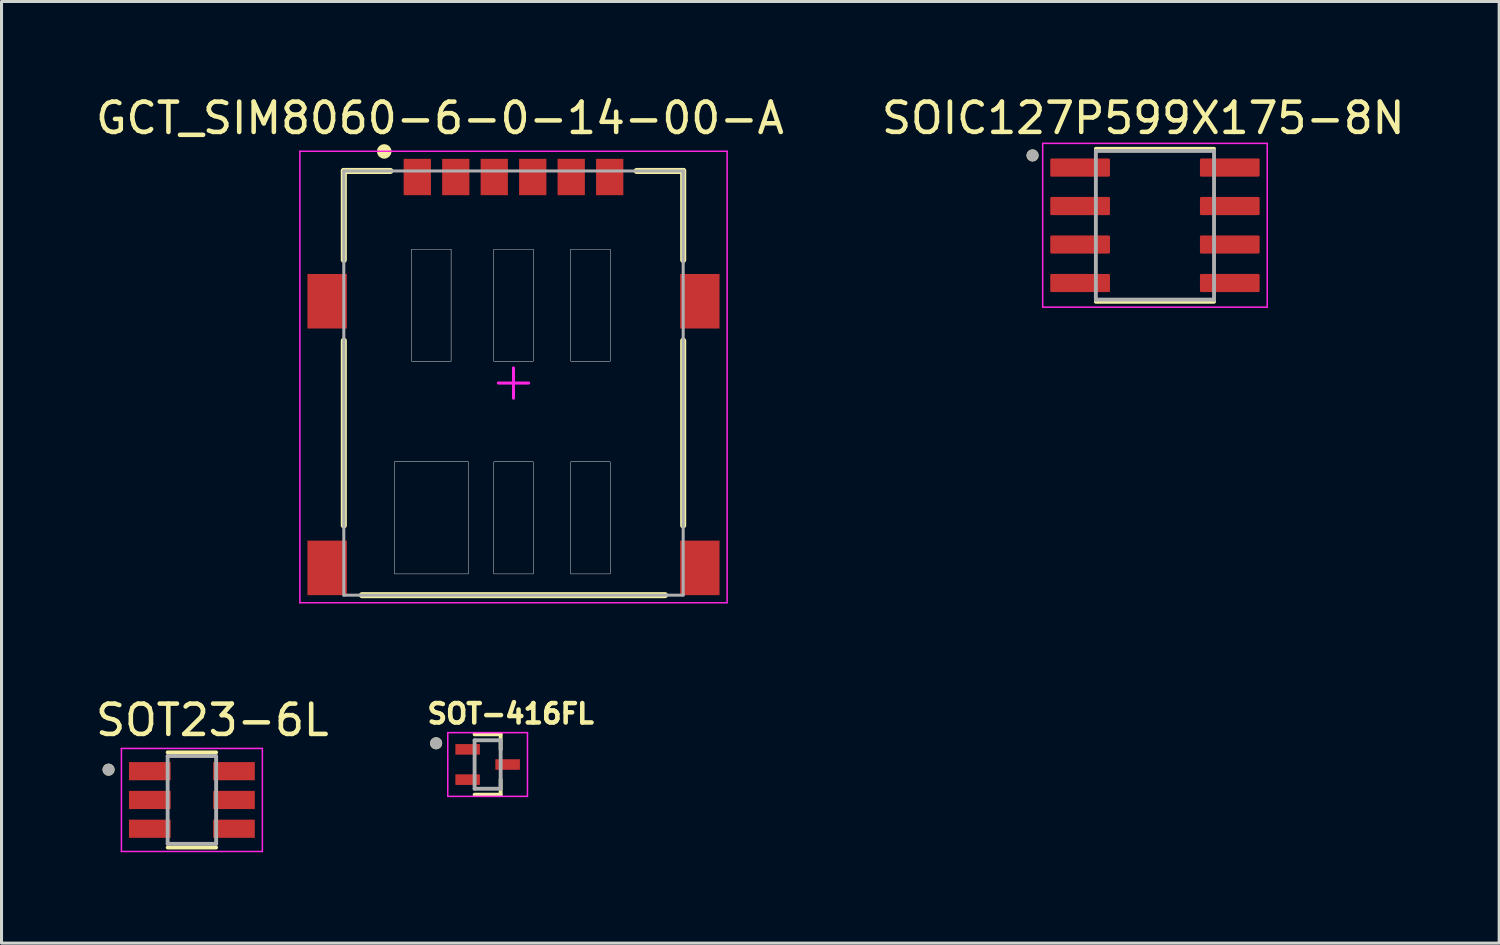
<source format=kicad_pcb>
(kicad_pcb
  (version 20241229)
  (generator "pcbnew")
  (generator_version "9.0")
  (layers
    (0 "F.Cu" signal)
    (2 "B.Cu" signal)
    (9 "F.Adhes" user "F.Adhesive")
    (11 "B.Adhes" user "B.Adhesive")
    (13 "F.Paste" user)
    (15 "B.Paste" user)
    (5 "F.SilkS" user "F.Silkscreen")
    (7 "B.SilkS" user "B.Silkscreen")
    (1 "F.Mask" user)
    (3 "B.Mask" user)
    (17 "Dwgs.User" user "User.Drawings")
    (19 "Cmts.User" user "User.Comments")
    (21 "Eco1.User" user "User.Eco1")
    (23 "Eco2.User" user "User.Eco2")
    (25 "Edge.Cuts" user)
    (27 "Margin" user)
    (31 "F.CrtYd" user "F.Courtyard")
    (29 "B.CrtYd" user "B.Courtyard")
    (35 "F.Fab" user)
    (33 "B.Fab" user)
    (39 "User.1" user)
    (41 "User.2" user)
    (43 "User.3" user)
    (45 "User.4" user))
  (footprint "SOT23-6L"
    (layer "F.Cu")
    (at 3.283 23.351)
    (property "Reference" "SOT23-6L" (at 0.675 -2.635 0) (layer "F.SilkS") (effects (font (size 1 1) (thickness 0.15))))
    (attr through_hole)
    (fp_line (start -0.8 -1.57) (end 0.8 -1.57) (stroke (width 0.127) (type solid)) (layer "F.SilkS"))
    (fp_line (start -0.8 1.57) (end 0.8 1.57) (stroke (width 0.127) (type solid)) (layer "F.SilkS"))
    (fp_circle (center -2.75 -1) (end -2.65 -1) (stroke (width 0.2) (type solid)) (fill no) (layer "F.SilkS"))
    (fp_line (start -2.326 -1.7) (end 2.326 -1.7) (stroke (width 0.05) (type solid)) (layer "F.CrtYd"))
    (fp_line (start -2.326 1.7) (end -2.326 -1.7) (stroke (width 0.05) (type solid)) (layer "F.CrtYd"))
    (fp_line (start 2.326 -1.7) (end 2.326 1.7) (stroke (width 0.05) (type solid)) (layer "F.CrtYd"))
    (fp_line (start 2.326 1.7) (end -2.326 1.7) (stroke (width 0.05) (type solid)) (layer "F.CrtYd"))
    (fp_line (start -0.8 -1.45) (end -0.8 1.45) (stroke (width 0.127) (type solid)) (layer "F.Fab"))
    (fp_line (start -0.8 1.45) (end 0.8 1.45) (stroke (width 0.127) (type solid)) (layer "F.Fab"))
    (fp_line (start 0.8 -1.45) (end -0.8 -1.45) (stroke (width 0.127) (type solid)) (layer "F.Fab"))
    (fp_line (start 0.8 1.45) (end 0.8 -1.45) (stroke (width 0.127) (type solid)) (layer "F.Fab"))
    (fp_circle (center -2.75 -1) (end -2.65 -1) (stroke (width 0.2) (type solid)) (fill no) (layer "F.Fab"))
    (pad "1" smd rect (at -1.389 -0.95) (size 1.375 0.6) (layers "F.Cu" "F.Mask" "F.Paste"))
    (pad "2" smd rect (at -1.389 0) (size 1.375 0.6) (layers "F.Cu" "F.Mask" "F.Paste"))
    (pad "3" smd rect (at -1.389 0.95) (size 1.375 0.6) (layers "F.Cu" "F.Mask" "F.Paste"))
    (pad "4" smd rect (at 1.389 0.95) (size 1.375 0.6) (layers "F.Cu" "F.Mask" "F.Paste"))
    (pad "5" smd rect (at 1.389 0) (size 1.375 0.6) (layers "F.Cu" "F.Mask" "F.Paste"))
    (pad "6" smd rect (at 1.389 -0.95) (size 1.375 0.6) (layers "F.Cu" "F.Mask" "F.Paste")))
  (footprint "SOIC127P599X175-8N"
    (layer "F.Cu")
    (at 35.067 4.385)
    (property "Reference" "SOIC127P599X175-8N" (at -0.385 -3.537 0) (layer "F.SilkS") (effects (font (size 1 1) (thickness 0.15))))
    (attr through_hole)
    (fp_line (start -1.95 -2.525) (end 1.95 -2.525) (stroke (width 0.127) (type solid)) (layer "F.SilkS"))
    (fp_line (start -1.95 2.525) (end 1.95 2.525) (stroke (width 0.127) (type solid)) (layer "F.SilkS"))
    (fp_circle (center -4.04 -2.305) (end -3.94 -2.305) (stroke (width 0.2) (type solid)) (fill no) (layer "F.SilkS"))
    (fp_line (start -3.705 -2.703) (end -3.705 2.703) (stroke (width 0.05) (type solid)) (layer "F.CrtYd"))
    (fp_line (start -3.705 -2.703) (end 3.705 -2.703) (stroke (width 0.05) (type solid)) (layer "F.CrtYd"))
    (fp_line (start -3.705 2.703) (end 3.705 2.703) (stroke (width 0.05) (type solid)) (layer "F.CrtYd"))
    (fp_line (start 3.705 -2.703) (end 3.705 2.703) (stroke (width 0.05) (type solid)) (layer "F.CrtYd"))
    (fp_line (start -1.95 -2.453) (end -1.95 2.453) (stroke (width 0.127) (type solid)) (layer "F.Fab"))
    (fp_line (start -1.95 -2.453) (end 1.95 -2.453) (stroke (width 0.127) (type solid)) (layer "F.Fab"))
    (fp_line (start -1.95 2.453) (end 1.95 2.453) (stroke (width 0.127) (type solid)) (layer "F.Fab"))
    (fp_line (start 1.95 -2.453) (end 1.95 2.453) (stroke (width 0.127) (type solid)) (layer "F.Fab"))
    (fp_circle (center -4.04 -2.305) (end -3.94 -2.305) (stroke (width 0.2) (type solid)) (fill no) (layer "F.Fab"))
    (pad "1" smd roundrect (at -2.47 -1.905) (size 1.97 0.6) (layers "F.Cu" "F.Mask" "F.Paste") (roundrect_rratio 0.07))
    (pad "2" smd roundrect (at -2.47 -0.635) (size 1.97 0.6) (layers "F.Cu" "F.Mask" "F.Paste") (roundrect_rratio 0.07))
    (pad "3" smd roundrect (at -2.47 0.635) (size 1.97 0.6) (layers "F.Cu" "F.Mask" "F.Paste") (roundrect_rratio 0.07))
    (pad "4" smd roundrect (at -2.47 1.905) (size 1.97 0.6) (layers "F.Cu" "F.Mask" "F.Paste") (roundrect_rratio 0.07))
    (pad "5" smd roundrect (at 2.47 1.905) (size 1.97 0.6) (layers "F.Cu" "F.Mask" "F.Paste") (roundrect_rratio 0.07))
    (pad "6" smd roundrect (at 2.47 0.635) (size 1.97 0.6) (layers "F.Cu" "F.Mask" "F.Paste") (roundrect_rratio 0.07))
    (pad "7" smd roundrect (at 2.47 -0.635) (size 1.97 0.6) (layers "F.Cu" "F.Mask" "F.Paste") (roundrect_rratio 0.07))
    (pad "8" smd roundrect (at 2.47 -1.905) (size 1.97 0.6) (layers "F.Cu" "F.Mask" "F.Paste") (roundrect_rratio 0.07)))
  (footprint "GCT_SIM8060-6-0-14-00-A"
    (layer "F.Cu")
    (at 13.897 9.592)
    (property "Reference" "GCT_SIM8060-6-0-14-00-A" (at -2.427 -8.743 0) (layer "F.SilkS") (effects (font (size 1.001 1.001) (thickness 0.15))))
    (attr through_hole)
    (fp_line (start -5.6 -7) (end -4.064 -7) (stroke (width 0.2) (type solid)) (layer "F.SilkS"))
    (fp_line (start -5.6 -4.064) (end -5.6 -7) (stroke (width 0.2) (type solid)) (layer "F.SilkS"))
    (fp_line (start -5.6 -1.397) (end -5.6 4.699) (stroke (width 0.2) (type solid)) (layer "F.SilkS"))
    (fp_line (start -5 7) (end 5 7) (stroke (width 0.2) (type solid)) (layer "F.SilkS"))
    (fp_line (start 4.064 -7) (end 5.6 -7) (stroke (width 0.2) (type solid)) (layer "F.SilkS"))
    (fp_line (start 5.6 -7) (end 5.6 -4.064) (stroke (width 0.2) (type solid)) (layer "F.SilkS"))
    (fp_line (start 5.6 4.699) (end 5.6 -1.397) (stroke (width 0.2) (type solid)) (layer "F.SilkS"))
    (fp_circle (center -4.267 -7.645) (end -4.147 -7.645) (stroke (width 0.24) (type solid)) (fill no) (layer "F.SilkS"))
    (fp_poly (pts (xy -3.93 2.6) (xy -1.49 2.6) (xy -1.49 6.3) (xy -3.93 6.3)) (stroke (width 0.01) (type solid)) (fill no) (layer "Dwgs.User"))
    (fp_poly (pts (xy -3.93 2.6) (xy -1.49 2.6) (xy -1.49 6.3) (xy -3.93 6.3)) (stroke (width 0.01) (type solid)) (fill no) (layer "Dwgs.User"))
    (fp_poly (pts (xy -3.36 -4.42) (xy -2.06 -4.42) (xy -2.06 -0.72) (xy -3.36 -0.72)) (stroke (width 0.01) (type solid)) (fill no) (layer "Dwgs.User"))
    (fp_poly (pts (xy -3.36 -4.42) (xy -2.06 -4.42) (xy -2.06 -0.72) (xy -3.36 -0.72)) (stroke (width 0.01) (type solid)) (fill no) (layer "Dwgs.User"))
    (fp_poly (pts (xy -0.65 -4.42) (xy 0.65 -4.42) (xy 0.65 -0.72) (xy -0.65 -0.72)) (stroke (width 0.01) (type solid)) (fill no) (layer "Dwgs.User"))
    (fp_poly (pts (xy -0.65 -4.42) (xy 0.65 -4.42) (xy 0.65 -0.72) (xy -0.65 -0.72)) (stroke (width 0.01) (type solid)) (fill no) (layer "Dwgs.User"))
    (fp_poly (pts (xy -0.65 2.6) (xy 0.65 2.6) (xy 0.65 6.3) (xy -0.65 6.3)) (stroke (width 0.01) (type solid)) (fill no) (layer "Dwgs.User"))
    (fp_poly (pts (xy -0.65 2.6) (xy 0.65 2.6) (xy 0.65 6.3) (xy -0.65 6.3)) (stroke (width 0.01) (type solid)) (fill no) (layer "Dwgs.User"))
    (fp_poly (pts (xy 1.89 -4.42) (xy 3.19 -4.42) (xy 3.19 -0.72) (xy 1.89 -0.72)) (stroke (width 0.01) (type solid)) (fill no) (layer "Dwgs.User"))
    (fp_poly (pts (xy 1.89 -4.42) (xy 3.19 -4.42) (xy 3.19 -0.72) (xy 1.89 -0.72)) (stroke (width 0.01) (type solid)) (fill no) (layer "Dwgs.User"))
    (fp_poly (pts (xy 1.89 2.6) (xy 3.19 2.6) (xy 3.19 6.3) (xy 1.89 6.3)) (stroke (width 0.01) (type solid)) (fill no) (layer "Dwgs.User"))
    (fp_poly (pts (xy 1.89 2.6) (xy 3.19 2.6) (xy 3.19 6.3) (xy 1.89 6.3)) (stroke (width 0.01) (type solid)) (fill no) (layer "Dwgs.User"))
    (fp_line (start -7.05 -7.65) (end 7.05 -7.65) (stroke (width 0.05) (type solid)) (layer "F.CrtYd"))
    (fp_line (start -7.05 7.25) (end -7.05 -7.65) (stroke (width 0.05) (type solid)) (layer "F.CrtYd"))
    (fp_line (start -0.5 0) (end 0.5 0) (stroke (width 0.1) (type solid)) (layer "F.CrtYd"))
    (fp_line (start 0 -0.5) (end 0 0.5) (stroke (width 0.1) (type solid)) (layer "F.CrtYd"))
    (fp_line (start 7.05 -7.65) (end 7.05 7.25) (stroke (width 0.05) (type solid)) (layer "F.CrtYd"))
    (fp_line (start 7.05 7.25) (end -7.05 7.25) (stroke (width 0.05) (type solid)) (layer "F.CrtYd"))
    (fp_line (start -5.6 -7) (end 5.6 -7) (stroke (width 0.1) (type solid)) (layer "F.Fab"))
    (fp_line (start -5.6 7) (end -5.6 -7) (stroke (width 0.1) (type solid)) (layer "F.Fab"))
    (fp_line (start 5.6 -7) (end 5.6 7) (stroke (width 0.1) (type solid)) (layer "F.Fab"))
    (fp_line (start 5.6 7) (end -5.6 7) (stroke (width 0.1) (type solid)) (layer "F.Fab"))
    (pad "C1" smd rect (at -3.175 -6.8) (size 0.9 1.2) (layers "F.Cu" "F.Mask" "F.Paste"))
    (pad "C2" smd rect (at -0.635 -6.8) (size 0.9 1.2) (layers "F.Cu" "F.Mask" "F.Paste"))
    (pad "C3" smd rect (at 1.905 -6.8) (size 0.9 1.2) (layers "F.Cu" "F.Mask" "F.Paste"))
    (pad "C5" smd rect (at -1.905 -6.8) (size 0.9 1.2) (layers "F.Cu" "F.Mask" "F.Paste"))
    (pad "C6" smd rect (at 0.635 -6.8) (size 0.9 1.2) (layers "F.Cu" "F.Mask" "F.Paste"))
    (pad "C7" smd rect (at 3.175 -6.8) (size 0.9 1.2) (layers "F.Cu" "F.Mask" "F.Paste"))
    (pad "S1" smd rect (at -6.15 -2.7) (size 1.3 1.8) (layers "F.Cu" "F.Mask" "F.Paste"))
    (pad "S2" smd rect (at 6.15 -2.7) (size 1.3 1.8) (layers "F.Cu" "F.Mask" "F.Paste"))
    (pad "S3" smd rect (at 6.15 6.1) (size 1.3 1.8) (layers "F.Cu" "F.Mask" "F.Paste"))
    (pad "S4" smd rect (at -6.15 6.1) (size 1.3 1.8) (layers "F.Cu" "F.Mask" "F.Paste")))
  (footprint "SOT-416FL"
    (layer "F.Cu")
    (at 13.043 22.181)
    (property "Reference" "SOT-416FL" (at 0.762 -1.676 0) (layer "F.SilkS") (effects (font (size 0.64 0.64) (thickness 0.15))))
    (attr through_hole)
    (fp_line (start 0.43 -0.995) (end -0.43 -0.995) (stroke (width 0.127) (type solid)) (layer "F.SilkS"))
    (fp_line (start 0.43 -0.495) (end 0.43 -0.995) (stroke (width 0.127) (type solid)) (layer "F.SilkS"))
    (fp_line (start 0.43 0.495) (end 0.43 0.995) (stroke (width 0.127) (type solid)) (layer "F.SilkS"))
    (fp_line (start 0.43 0.995) (end -0.43 0.995) (stroke (width 0.127) (type solid)) (layer "F.SilkS"))
    (fp_circle (center -1.7 -0.7) (end -1.6 -0.7) (stroke (width 0.2) (type solid)) (fill no) (layer "F.SilkS"))
    (fp_line (start -1.315 -1.052) (end 1.315 -1.052) (stroke (width 0.05) (type solid)) (layer "F.CrtYd"))
    (fp_line (start -1.315 1.052) (end -1.315 -1.052) (stroke (width 0.05) (type solid)) (layer "F.CrtYd"))
    (fp_line (start 1.315 -1.052) (end 1.315 1.052) (stroke (width 0.05) (type solid)) (layer "F.CrtYd"))
    (fp_line (start 1.315 1.052) (end -1.315 1.052) (stroke (width 0.05) (type solid)) (layer "F.CrtYd"))
    (fp_line (start -0.43 -0.8) (end 0.43 -0.8) (stroke (width 0.127) (type solid)) (layer "F.Fab"))
    (fp_line (start -0.43 0.8) (end -0.43 -0.8) (stroke (width 0.127) (type solid)) (layer "F.Fab"))
    (fp_line (start 0.43 -0.8) (end 0.43 0.8) (stroke (width 0.127) (type solid)) (layer "F.Fab"))
    (fp_line (start 0.43 0.8) (end -0.43 0.8) (stroke (width 0.127) (type solid)) (layer "F.Fab"))
    (fp_circle (center -1.7 -0.7) (end -1.6 -0.7) (stroke (width 0.2) (type solid)) (fill no) (layer "F.Fab"))
    (pad "1" smd roundrect (at -0.66 -0.5) (size 0.81 0.35) (layers "F.Cu" "F.Mask" "F.Paste") (roundrect_rratio 0.04))
    (pad "2" smd roundrect (at -0.66 0.5) (size 0.81 0.35) (layers "F.Cu" "F.Mask" "F.Paste") (roundrect_rratio 0.04))
    (pad "3" smd roundrect (at 0.66 0) (size 0.81 0.35) (layers "F.Cu" "F.Mask" "F.Paste") (roundrect_rratio 0.04)))
  (gr_rect
    (start -3 -3)
    (end 46.427 28.076)
    (stroke (width 0.1) (type default))
    (fill no)
    (layer "Edge.Cuts")))
</source>
